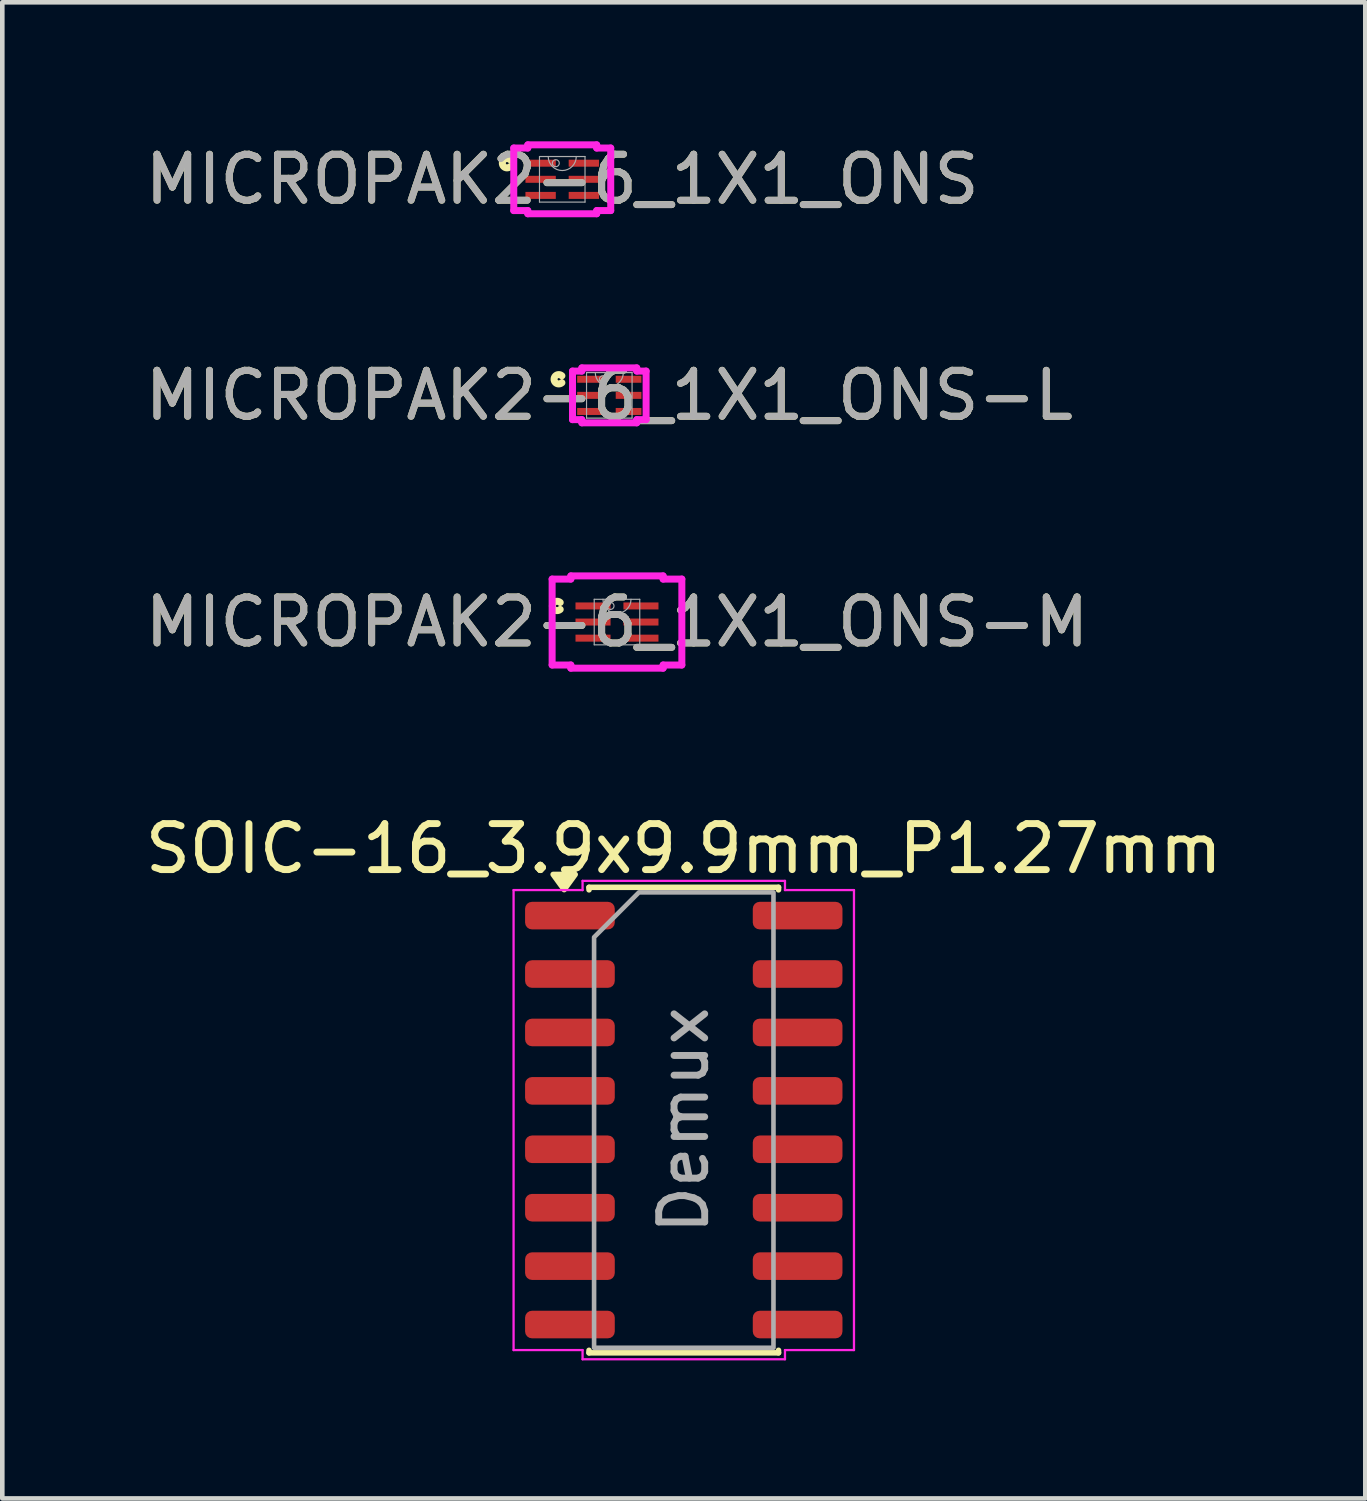
<source format=kicad_pcb>
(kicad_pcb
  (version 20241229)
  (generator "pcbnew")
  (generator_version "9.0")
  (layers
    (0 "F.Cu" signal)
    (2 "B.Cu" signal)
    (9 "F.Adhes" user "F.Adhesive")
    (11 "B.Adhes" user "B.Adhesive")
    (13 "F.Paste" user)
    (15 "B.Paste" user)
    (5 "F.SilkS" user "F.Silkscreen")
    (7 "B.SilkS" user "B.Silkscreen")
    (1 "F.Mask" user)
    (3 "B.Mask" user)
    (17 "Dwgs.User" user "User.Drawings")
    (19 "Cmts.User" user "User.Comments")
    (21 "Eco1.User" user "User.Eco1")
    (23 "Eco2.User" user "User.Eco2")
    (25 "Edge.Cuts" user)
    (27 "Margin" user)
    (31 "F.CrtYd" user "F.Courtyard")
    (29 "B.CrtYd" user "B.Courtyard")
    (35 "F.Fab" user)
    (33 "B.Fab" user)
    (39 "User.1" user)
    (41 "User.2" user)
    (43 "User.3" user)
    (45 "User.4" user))
  (footprint "MICROPAK2-6_1X1_ONS-M"
    (layer "F.Cu")
    (at 10.363 10.473)
    (property "Reference" "MICROPAK2-6_1X1_ONS-M" (at 0 0 0) (unlocked yes) (layer "F.SilkS") (effects (font (size 1 1) (thickness 0.15))))
    (attr smd)
    (fp_arc (start -1.23444 -0.274565) (mid -1.4041 -0.35) (end -1.23444 -0.425435) (stroke (width 0.1524) (type solid)) (layer "F.SilkS"))
    (fp_line (start -1.41 -0.934) (end -1.003 -0.934) (stroke (width 0.152) (type solid)) (layer "F.CrtYd"))
    (fp_line (start -1.41 0.934) (end -1.41 -0.934) (stroke (width 0.152) (type solid)) (layer "F.CrtYd"))
    (fp_line (start -1.41 0.934) (end -1.003 0.934) (stroke (width 0.152) (type solid)) (layer "F.CrtYd"))
    (fp_line (start -1.003 -1.003) (end 1.003 -1.003) (stroke (width 0.152) (type solid)) (layer "F.CrtYd"))
    (fp_line (start -1.003 -0.934) (end -1.003 -1.003) (stroke (width 0.152) (type solid)) (layer "F.CrtYd"))
    (fp_line (start -1.003 1.003) (end -1.003 0.934) (stroke (width 0.152) (type solid)) (layer "F.CrtYd"))
    (fp_line (start 1.003 -1.003) (end 1.003 -0.934) (stroke (width 0.152) (type solid)) (layer "F.CrtYd"))
    (fp_line (start 1.003 0.934) (end 1.003 1.003) (stroke (width 0.152) (type solid)) (layer "F.CrtYd"))
    (fp_line (start 1.003 1.003) (end -1.003 1.003) (stroke (width 0.152) (type solid)) (layer "F.CrtYd"))
    (fp_line (start 1.41 -0.934) (end 1.003 -0.934) (stroke (width 0.152) (type solid)) (layer "F.CrtYd"))
    (fp_line (start 1.41 -0.934) (end 1.41 0.934) (stroke (width 0.152) (type solid)) (layer "F.CrtYd"))
    (fp_line (start 1.41 0.934) (end 1.003 0.934) (stroke (width 0.152) (type solid)) (layer "F.CrtYd"))
    (fp_line (start -0.495 -0.495) (end -0.495 0.495) (stroke (width 0.025) (type solid)) (layer "F.Fab"))
    (fp_line (start -0.495 0.495) (end 0.495 0.495) (stroke (width 0.025) (type solid)) (layer "F.Fab"))
    (fp_line (start 0.495 -0.495) (end -0.495 -0.495) (stroke (width 0.025) (type solid)) (layer "F.Fab"))
    (fp_line (start 0.495 0.495) (end 0.495 -0.495) (stroke (width 0.025) (type solid)) (layer "F.Fab"))
    (fp_arc (start 0.3048 -0.4953) (mid 0 -0.1905) (end -0.3048 -0.4953) (stroke (width 0.0254) (type solid)) (layer "F.Fab"))
    (fp_circle (center -0.14 -0.35) (end -0.064 -0.35) (stroke (width 0.025) (type solid)) (fill no) (layer "F.Fab"))
    (fp_text user "${REFERENCE}" (at 0 0 0) (unlocked yes) (layer "F.Fab") (effects (font (size 1 1) (thickness 0.15))))
    (pad "1" smd rect (at -0.521 -0.35) (size 0.762 0.152) (layers "F.Cu" "F.Mask" "F.Paste"))
    (pad "2" smd rect (at -0.521 0) (size 0.762 0.152) (layers "F.Cu" "F.Mask" "F.Paste"))
    (pad "3" smd rect (at -0.521 0.35) (size 0.762 0.152) (layers "F.Cu" "F.Mask" "F.Paste"))
    (pad "4" smd rect (at 0.521 0.35) (size 0.762 0.152) (layers "F.Cu" "F.Mask" "F.Paste"))
    (pad "5" smd rect (at 0.521 0) (size 0.762 0.152) (layers "F.Cu" "F.Mask" "F.Paste"))
    (pad "6" smd rect (at 0.521 -0.35) (size 0.762 0.152) (layers "F.Cu" "F.Mask" "F.Paste")))
  (footprint "SOIC-16_3.9x9.9mm_P1.27mm"
    (layer "F.Cu")
    (at 11.815 21.3)
    (property "Reference" "SOIC-16_3.9x9.9mm_P1.27mm" (at 0 -5.9 0) (layer "F.SilkS") (effects (font (size 1 1) (thickness 0.15))))
    (attr smd)
    (fp_line (start -2.06 -5.06) (end 2.06 -5.06) (stroke (width 0.12) (type solid)) (layer "F.SilkS"))
    (fp_line (start -2.06 -5.005) (end -2.06 -5.06) (stroke (width 0.12) (type solid)) (layer "F.SilkS"))
    (fp_line (start -2.06 5.06) (end -2.06 5.005) (stroke (width 0.12) (type solid)) (layer "F.SilkS"))
    (fp_line (start 2.06 -5.06) (end 2.06 -5.005) (stroke (width 0.12) (type solid)) (layer "F.SilkS"))
    (fp_line (start 2.06 5.005) (end 2.06 5.06) (stroke (width 0.12) (type solid)) (layer "F.SilkS"))
    (fp_line (start 2.06 5.06) (end -2.06 5.06) (stroke (width 0.12) (type solid)) (layer "F.SilkS"))
    (fp_poly (pts (xy -2.6 -5.01) (xy -2.84 -5.34) (xy -2.36 -5.34)) (stroke (width 0.12) (type solid)) (fill yes) (layer "F.SilkS"))
    (fp_line (start -3.7 -5) (end -2.2 -5) (stroke (width 0.05) (type solid)) (layer "F.CrtYd"))
    (fp_line (start -3.7 5) (end -3.7 -5) (stroke (width 0.05) (type solid)) (layer "F.CrtYd"))
    (fp_line (start -2.2 -5.2) (end 2.2 -5.2) (stroke (width 0.05) (type solid)) (layer "F.CrtYd"))
    (fp_line (start -2.2 -5) (end -2.2 -5.2) (stroke (width 0.05) (type solid)) (layer "F.CrtYd"))
    (fp_line (start -2.2 5) (end -3.7 5) (stroke (width 0.05) (type solid)) (layer "F.CrtYd"))
    (fp_line (start -2.2 5.2) (end -2.2 5) (stroke (width 0.05) (type solid)) (layer "F.CrtYd"))
    (fp_line (start 2.2 -5.2) (end 2.2 -5) (stroke (width 0.05) (type solid)) (layer "F.CrtYd"))
    (fp_line (start 2.2 -5) (end 3.7 -5) (stroke (width 0.05) (type solid)) (layer "F.CrtYd"))
    (fp_line (start 2.2 5) (end 2.2 5.2) (stroke (width 0.05) (type solid)) (layer "F.CrtYd"))
    (fp_line (start 2.2 5.2) (end -2.2 5.2) (stroke (width 0.05) (type solid)) (layer "F.CrtYd"))
    (fp_line (start 3.7 -5) (end 3.7 5) (stroke (width 0.05) (type solid)) (layer "F.CrtYd"))
    (fp_line (start 3.7 5) (end 2.2 5) (stroke (width 0.05) (type solid)) (layer "F.CrtYd"))
    (fp_poly (pts (xy -1.95 -3.975) (xy -1.95 4.95) (xy 1.95 4.95) (xy 1.95 -4.95) (xy -0.975 -4.95)) (stroke (width 0.1) (type solid)) (fill no) (layer "F.Fab"))
    (fp_text user "Demux" (at 0 0 90) (layer "F.Fab") (effects (font (size 1 1) (thickness 0.15))))
    (pad "1" smd roundrect (at -2.475 -4.445) (size 1.95 0.6) (layers "F.Cu" "F.Mask" "F.Paste") (roundrect_rratio 0.25))
    (pad "2" smd roundrect (at -2.475 -3.175) (size 1.95 0.6) (layers "F.Cu" "F.Mask" "F.Paste") (roundrect_rratio 0.25))
    (pad "3" smd roundrect (at -2.475 -1.905) (size 1.95 0.6) (layers "F.Cu" "F.Mask" "F.Paste") (roundrect_rratio 0.25))
    (pad "4" smd roundrect (at -2.475 -0.635) (size 1.95 0.6) (layers "F.Cu" "F.Mask" "F.Paste") (roundrect_rratio 0.25))
    (pad "5" smd roundrect (at -2.475 0.635) (size 1.95 0.6) (layers "F.Cu" "F.Mask" "F.Paste") (roundrect_rratio 0.25))
    (pad "6" smd roundrect (at -2.475 1.905) (size 1.95 0.6) (layers "F.Cu" "F.Mask" "F.Paste") (roundrect_rratio 0.25))
    (pad "7" smd roundrect (at -2.475 3.175) (size 1.95 0.6) (layers "F.Cu" "F.Mask" "F.Paste") (roundrect_rratio 0.25))
    (pad "8" smd roundrect (at -2.475 4.445) (size 1.95 0.6) (layers "F.Cu" "F.Mask" "F.Paste") (roundrect_rratio 0.25))
    (pad "9" smd roundrect (at 2.475 4.445) (size 1.95 0.6) (layers "F.Cu" "F.Mask" "F.Paste") (roundrect_rratio 0.25))
    (pad "10" smd roundrect (at 2.475 3.175) (size 1.95 0.6) (layers "F.Cu" "F.Mask" "F.Paste") (roundrect_rratio 0.25))
    (pad "11" smd roundrect (at 2.475 1.905) (size 1.95 0.6) (layers "F.Cu" "F.Mask" "F.Paste") (roundrect_rratio 0.25))
    (pad "12" smd roundrect (at 2.475 0.635) (size 1.95 0.6) (layers "F.Cu" "F.Mask" "F.Paste") (roundrect_rratio 0.25))
    (pad "13" smd roundrect (at 2.475 -0.635) (size 1.95 0.6) (layers "F.Cu" "F.Mask" "F.Paste") (roundrect_rratio 0.25))
    (pad "14" smd roundrect (at 2.475 -1.905) (size 1.95 0.6) (layers "F.Cu" "F.Mask" "F.Paste") (roundrect_rratio 0.25))
    (pad "15" smd roundrect (at 2.475 -3.175) (size 1.95 0.6) (layers "F.Cu" "F.Mask" "F.Paste") (roundrect_rratio 0.25))
    (pad "16" smd roundrect (at 2.475 -4.445) (size 1.95 0.6) (layers "F.Cu" "F.Mask" "F.Paste") (roundrect_rratio 0.25)))
  (footprint "MICROPAK2-6_1X1_ONS-L"
    (layer "F.Cu")
    (at 10.196 5.545)
    (property "Reference" "MICROPAK2-6_1X1_ONS-L" (at 0 0 0) (unlocked yes) (layer "F.SilkS") (effects (font (size 1 1) (thickness 0.15))))
    (attr smd)
    (fp_arc (start -1.03124 -0.274565) (mid -1.2009 -0.35) (end -1.03124 -0.425435) (stroke (width 0.1524) (type solid)) (layer "F.SilkS"))
    (fp_line (start -0.8 -0.528) (end -0.597 -0.528) (stroke (width 0.152) (type solid)) (layer "F.CrtYd"))
    (fp_line (start -0.8 0.528) (end -0.8 -0.528) (stroke (width 0.152) (type solid)) (layer "F.CrtYd"))
    (fp_line (start -0.8 0.528) (end -0.597 0.528) (stroke (width 0.152) (type solid)) (layer "F.CrtYd"))
    (fp_line (start -0.597 -0.597) (end 0.597 -0.597) (stroke (width 0.152) (type solid)) (layer "F.CrtYd"))
    (fp_line (start -0.597 -0.528) (end -0.597 -0.597) (stroke (width 0.152) (type solid)) (layer "F.CrtYd"))
    (fp_line (start -0.597 0.597) (end -0.597 0.528) (stroke (width 0.152) (type solid)) (layer "F.CrtYd"))
    (fp_line (start 0.597 -0.597) (end 0.597 -0.528) (stroke (width 0.152) (type solid)) (layer "F.CrtYd"))
    (fp_line (start 0.597 0.528) (end 0.597 0.597) (stroke (width 0.152) (type solid)) (layer "F.CrtYd"))
    (fp_line (start 0.597 0.597) (end -0.597 0.597) (stroke (width 0.152) (type solid)) (layer "F.CrtYd"))
    (fp_line (start 0.8 -0.528) (end 0.597 -0.528) (stroke (width 0.152) (type solid)) (layer "F.CrtYd"))
    (fp_line (start 0.8 -0.528) (end 0.8 0.528) (stroke (width 0.152) (type solid)) (layer "F.CrtYd"))
    (fp_line (start 0.8 0.528) (end 0.597 0.528) (stroke (width 0.152) (type solid)) (layer "F.CrtYd"))
    (fp_line (start -0.495 -0.495) (end -0.495 0.495) (stroke (width 0.025) (type solid)) (layer "F.Fab"))
    (fp_line (start -0.495 0.495) (end 0.495 0.495) (stroke (width 0.025) (type solid)) (layer "F.Fab"))
    (fp_line (start 0.495 -0.495) (end -0.495 -0.495) (stroke (width 0.025) (type solid)) (layer "F.Fab"))
    (fp_line (start 0.495 0.495) (end 0.495 -0.495) (stroke (width 0.025) (type solid)) (layer "F.Fab"))
    (fp_arc (start 0.3048 -0.4953) (mid 0 -0.1905) (end -0.3048 -0.4953) (stroke (width 0.0254) (type solid)) (layer "F.Fab"))
    (fp_circle (center -0.14 -0.35) (end -0.064 -0.35) (stroke (width 0.025) (type solid)) (fill no) (layer "F.Fab"))
    (fp_text user "${REFERENCE}" (at 0 0 0) (unlocked yes) (layer "F.Fab") (effects (font (size 1 1) (thickness 0.15))))
    (pad "1" smd rect (at -0.419 -0.35) (size 0.559 0.152) (layers "F.Cu" "F.Mask" "F.Paste"))
    (pad "2" smd rect (at -0.419 0) (size 0.559 0.152) (layers "F.Cu" "F.Mask" "F.Paste"))
    (pad "3" smd rect (at -0.419 0.35) (size 0.559 0.152) (layers "F.Cu" "F.Mask" "F.Paste"))
    (pad "4" smd rect (at 0.419 0.35) (size 0.559 0.152) (layers "F.Cu" "F.Mask" "F.Paste"))
    (pad "5" smd rect (at 0.419 0) (size 0.559 0.152) (layers "F.Cu" "F.Mask" "F.Paste"))
    (pad "6" smd rect (at 0.419 -0.35) (size 0.559 0.152) (layers "F.Cu" "F.Mask" "F.Paste")))
  (footprint "MICROPAK2-6_1X1_ONS"
    (layer "F.Cu")
    (at 9.173 0.848)
    (property "Reference" "MICROPAK2-6_1X1_ONS" (at 0 0 0) (unlocked yes) (layer "F.SilkS") (effects (font (size 1 1) (thickness 0.15))))
    (attr smd)
    (fp_arc (start -1.13284 -0.274565) (mid -1.3025 -0.35) (end -1.13284 -0.425435) (stroke (width 0.1524) (type solid)) (layer "F.SilkS"))
    (fp_line (start -1.054 -0.68) (end -0.749 -0.68) (stroke (width 0.152) (type solid)) (layer "F.CrtYd"))
    (fp_line (start -1.054 0.68) (end -1.054 -0.68) (stroke (width 0.152) (type solid)) (layer "F.CrtYd"))
    (fp_line (start -1.054 0.68) (end -0.749 0.68) (stroke (width 0.152) (type solid)) (layer "F.CrtYd"))
    (fp_line (start -0.749 -0.749) (end 0.749 -0.749) (stroke (width 0.152) (type solid)) (layer "F.CrtYd"))
    (fp_line (start -0.749 -0.68) (end -0.749 -0.749) (stroke (width 0.152) (type solid)) (layer "F.CrtYd"))
    (fp_line (start -0.749 0.749) (end -0.749 0.68) (stroke (width 0.152) (type solid)) (layer "F.CrtYd"))
    (fp_line (start 0.749 -0.749) (end 0.749 -0.68) (stroke (width 0.152) (type solid)) (layer "F.CrtYd"))
    (fp_line (start 0.749 0.68) (end 0.749 0.749) (stroke (width 0.152) (type solid)) (layer "F.CrtYd"))
    (fp_line (start 0.749 0.749) (end -0.749 0.749) (stroke (width 0.152) (type solid)) (layer "F.CrtYd"))
    (fp_line (start 1.054 -0.68) (end 0.749 -0.68) (stroke (width 0.152) (type solid)) (layer "F.CrtYd"))
    (fp_line (start 1.054 -0.68) (end 1.054 0.68) (stroke (width 0.152) (type solid)) (layer "F.CrtYd"))
    (fp_line (start 1.054 0.68) (end 0.749 0.68) (stroke (width 0.152) (type solid)) (layer "F.CrtYd"))
    (fp_line (start -0.495 -0.495) (end -0.495 0.495) (stroke (width 0.025) (type solid)) (layer "F.Fab"))
    (fp_line (start -0.495 0.495) (end 0.495 0.495) (stroke (width 0.025) (type solid)) (layer "F.Fab"))
    (fp_line (start 0.495 -0.495) (end -0.495 -0.495) (stroke (width 0.025) (type solid)) (layer "F.Fab"))
    (fp_line (start 0.495 0.495) (end 0.495 -0.495) (stroke (width 0.025) (type solid)) (layer "F.Fab"))
    (fp_arc (start 0.3048 -0.4953) (mid 0 -0.1905) (end -0.3048 -0.4953) (stroke (width 0.0254) (type solid)) (layer "F.Fab"))
    (fp_circle (center -0.14 -0.35) (end -0.064 -0.35) (stroke (width 0.025) (type solid)) (fill no) (layer "F.Fab"))
    (fp_text user "${REFERENCE}" (at 0 0 0) (unlocked yes) (layer "F.Fab") (effects (font (size 1 1) (thickness 0.15))))
    (pad "1" smd rect (at -0.47 -0.35) (size 0.66 0.152) (layers "F.Cu" "F.Mask" "F.Paste"))
    (pad "2" smd rect (at -0.47 0) (size 0.66 0.152) (layers "F.Cu" "F.Mask" "F.Paste"))
    (pad "3" smd rect (at -0.47 0.35) (size 0.66 0.152) (layers "F.Cu" "F.Mask" "F.Paste"))
    (pad "4" smd rect (at 0.47 0.35) (size 0.66 0.152) (layers "F.Cu" "F.Mask" "F.Paste"))
    (pad "5" smd rect (at 0.47 0) (size 0.66 0.152) (layers "F.Cu" "F.Mask" "F.Paste"))
    (pad "6" smd rect (at 0.47 -0.35) (size 0.66 0.152) (layers "F.Cu" "F.Mask" "F.Paste")))
  (gr_rect
    (start -3 -3)
    (end 26.631 29.525)
    (stroke (width 0.1) (type default))
    (fill no)
    (layer "Edge.Cuts")))
</source>
